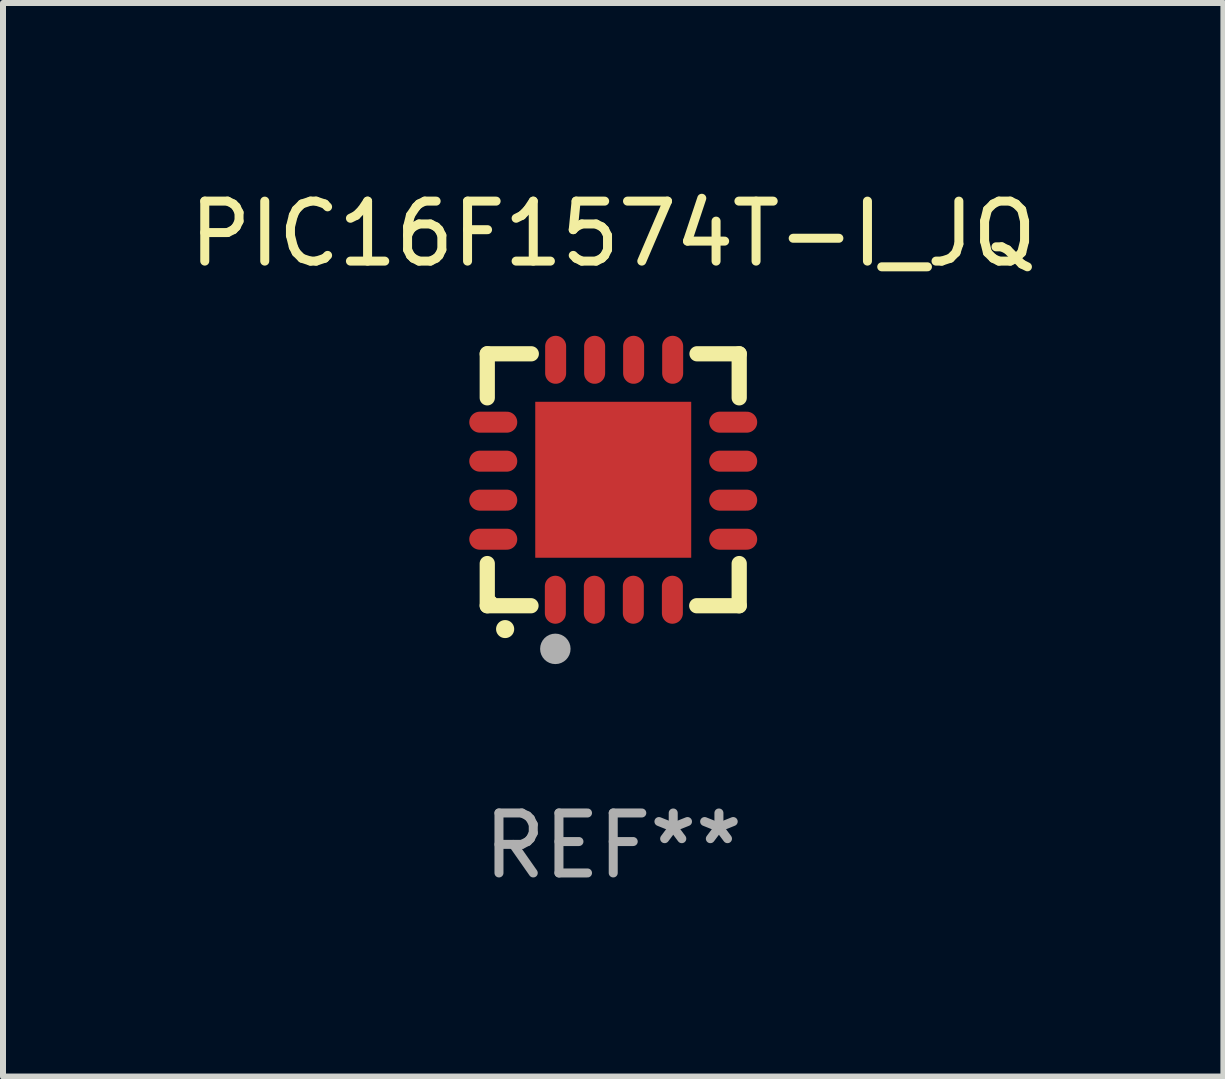
<source format=kicad_pcb>
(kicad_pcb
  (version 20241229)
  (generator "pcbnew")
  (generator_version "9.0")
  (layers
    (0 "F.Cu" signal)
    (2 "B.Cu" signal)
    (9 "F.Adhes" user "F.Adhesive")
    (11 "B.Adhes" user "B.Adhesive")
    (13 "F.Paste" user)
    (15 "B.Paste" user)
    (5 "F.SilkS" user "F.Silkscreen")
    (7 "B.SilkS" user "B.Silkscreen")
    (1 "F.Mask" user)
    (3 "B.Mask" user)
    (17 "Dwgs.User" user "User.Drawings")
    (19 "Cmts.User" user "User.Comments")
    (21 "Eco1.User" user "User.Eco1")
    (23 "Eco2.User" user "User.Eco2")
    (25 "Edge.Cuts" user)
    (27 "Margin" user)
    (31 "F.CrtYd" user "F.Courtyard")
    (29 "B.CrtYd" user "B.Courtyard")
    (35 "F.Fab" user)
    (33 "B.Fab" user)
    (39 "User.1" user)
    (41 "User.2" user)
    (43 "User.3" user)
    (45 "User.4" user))
  (footprint "PIC16F1574T-I_JQ"
    (layer "F.Cu")
    (at 7.173 4.948)
    (property "Reference" "PIC16F1574T-I_JQ" (at 0 -4.1 0) (layer "F.SilkS") (effects (font (size 1 1) (thickness 0.15))))
    (attr through_hole)
    (fp_line (start -2.1 -2.1) (end -1.366 -2.1) (stroke (width 0.254) (type solid)) (layer "F.SilkS"))
    (fp_line (start -2.1 -1.366) (end -2.1 -2.1) (stroke (width 0.254) (type solid)) (layer "F.SilkS"))
    (fp_line (start -2.1 2.1) (end -2.1 1.397) (stroke (width 0.254) (type solid)) (layer "F.SilkS"))
    (fp_line (start -2.1 2.1) (end -1.371 2.1) (stroke (width 0.254) (type solid)) (layer "F.SilkS"))
    (fp_line (start 1.392 2.1) (end 2.1 2.1) (stroke (width 0.254) (type solid)) (layer "F.SilkS"))
    (fp_line (start 1.397 -2.1) (end 2.1 -2.1) (stroke (width 0.254) (type solid)) (layer "F.SilkS"))
    (fp_line (start 2.1 -1.366) (end 2.1 -2.1) (stroke (width 0.254) (type solid)) (layer "F.SilkS"))
    (fp_line (start 2.1 2.1) (end 2.1 1.397) (stroke (width 0.254) (type solid)) (layer "F.SilkS"))
    (fp_arc (start -1.803404 2.489205) (mid -1.802134 2.4892) (end -1.800864 2.489205) (stroke (width 0.3) (type solid)) (layer "F.SilkS"))
    (fp_circle (center -2 2) (end -1.97 2) (stroke (width 0.06) (type solid)) (fill no) (layer "F.SilkS"))
    (fp_circle (center -0.965 2.819) (end -0.838 2.819) (stroke (width 0.254) (type solid)) (fill no) (layer "F.Fab"))
    (fp_text user "REF**" (at 0 6.1 0) (layer "F.Fab") (effects (font (size 1 1) (thickness 0.15))))
    (pad "1" smd oval (at -0.965 2) (size 0.35 0.8) (layers "F.Cu" "F.Mask" "F.Paste"))
    (pad "2" smd oval (at -0.315 2) (size 0.35 0.8) (layers "F.Cu" "F.Mask" "F.Paste"))
    (pad "3" smd oval (at 0.335 2) (size 0.35 0.8) (layers "F.Cu" "F.Mask" "F.Paste"))
    (pad "4" smd oval (at 0.986 2) (size 0.35 0.8) (layers "F.Cu" "F.Mask" "F.Paste"))
    (pad "5" smd oval (at 2 0.991 90) (size 0.35 0.8) (layers "F.Cu" "F.Mask" "F.Paste"))
    (pad "6" smd oval (at 2 0.34 90) (size 0.35 0.8) (layers "F.Cu" "F.Mask" "F.Paste"))
    (pad "7" smd oval (at 2 -0.31 90) (size 0.35 0.8) (layers "F.Cu" "F.Mask" "F.Paste"))
    (pad "8" smd oval (at 2 -0.96 90) (size 0.35 0.8) (layers "F.Cu" "F.Mask" "F.Paste"))
    (pad "9" smd oval (at 0.991 -2) (size 0.35 0.8) (layers "F.Cu" "F.Mask" "F.Paste"))
    (pad "10" smd oval (at 0.34 -2) (size 0.35 0.8) (layers "F.Cu" "F.Mask" "F.Paste"))
    (pad "11" smd oval (at -0.31 -2) (size 0.35 0.8) (layers "F.Cu" "F.Mask" "F.Paste"))
    (pad "12" smd oval (at -0.96 -2) (size 0.35 0.8) (layers "F.Cu" "F.Mask" "F.Paste"))
    (pad "13" smd oval (at -2 -0.96 90) (size 0.35 0.8) (layers "F.Cu" "F.Mask" "F.Paste"))
    (pad "14" smd oval (at -2 -0.31 90) (size 0.35 0.8) (layers "F.Cu" "F.Mask" "F.Paste"))
    (pad "15" smd oval (at -2 0.34 90) (size 0.35 0.8) (layers "F.Cu" "F.Mask" "F.Paste"))
    (pad "16" smd oval (at -2 0.991 90) (size 0.35 0.8) (layers "F.Cu" "F.Mask" "F.Paste"))
    (pad "17" smd rect (at 0 0 90) (size 2.6 2.6) (layers "F.Cu" "F.Mask" "F.Paste")))
  (gr_rect
    (start -3 -3)
    (end 17.345 14.896)
    (stroke (width 0.1) (type default))
    (fill no)
    (layer "Edge.Cuts")))
</source>
